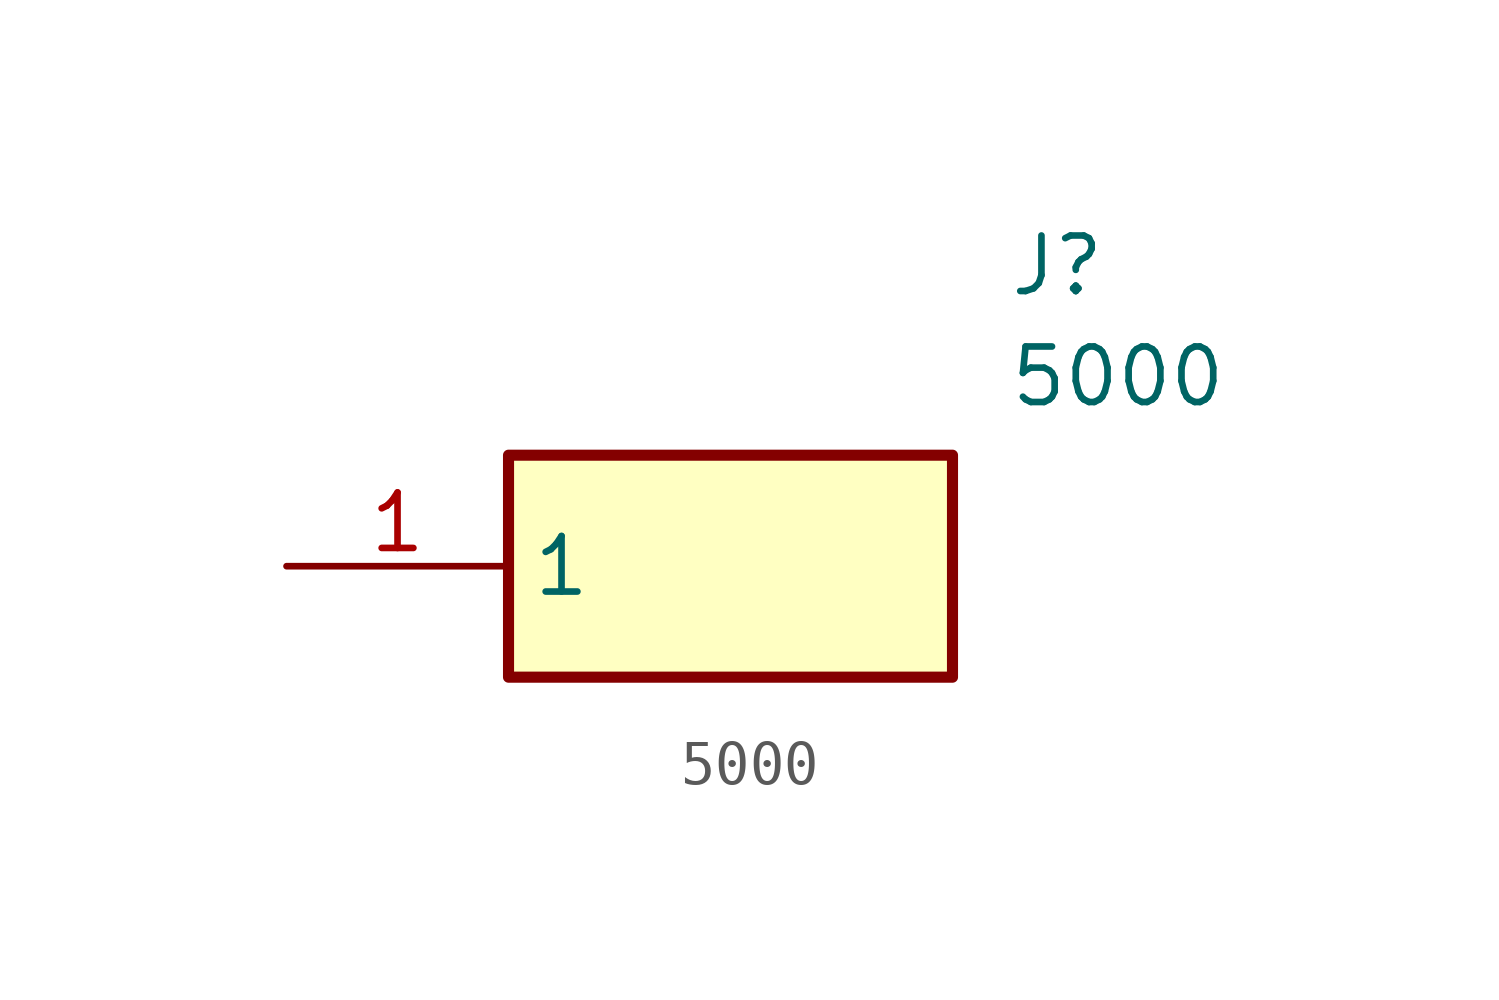
<source format=kicad_sym>
(kicad_symbol_lib
  (version 20220914)
  (generator kicad_symbol_editor)
  (symbol "5000"
    (property "Reference" "J"
      (at 16.51 7.62 0)
      (effects (font (size 1.27 1.27)) (justify left top)))
    (property "Value" "5000"
      (at 16.51 5.08 0)
      (effects (font (size 1.27 1.27)) (justify left top)))
    (symbol "5000_1_1"
      (rectangle (start 5.08 2.54) (end 15.24 -2.54) (stroke (width 0.254) (type default)) (fill (type background)))
      (pin passive line (at 0 0 0) (length 5.08) (name "1" (effects (font (size 1.27 1.27)))) (number "1" (effects (font (size 1.27 1.27))))))))
</source>
